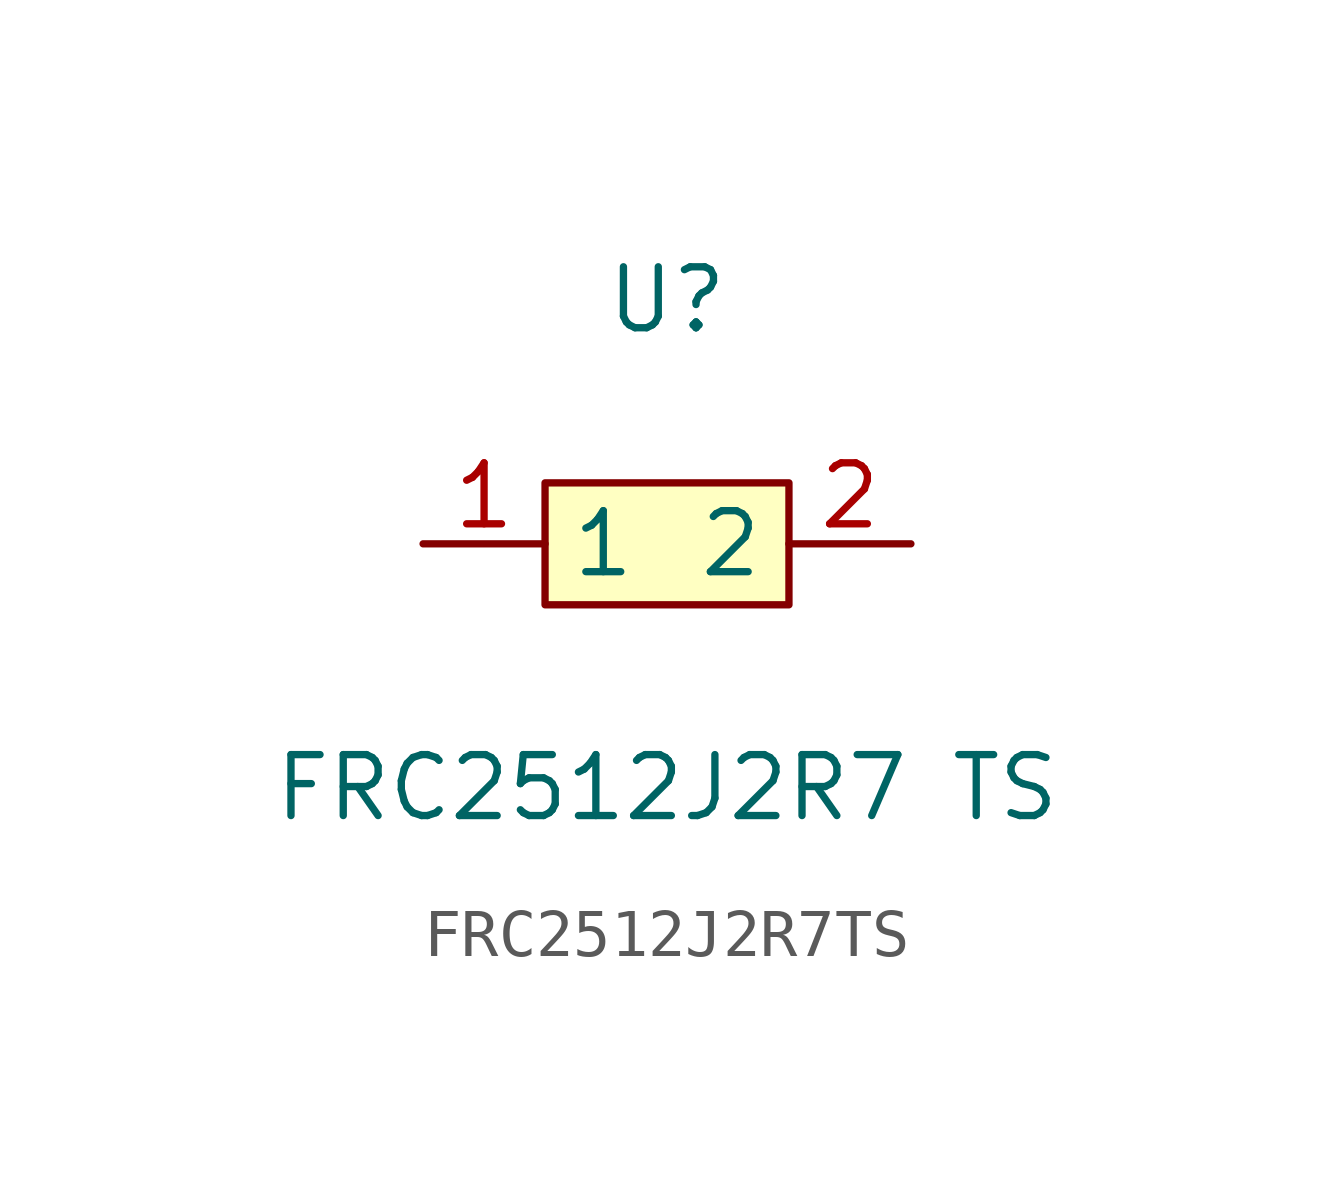
<source format=kicad_sym>
(kicad_symbol_lib
  (version 1)
  (generator "faebryk")
  (symbol "FRC2512J2R7TS"
    (property "Reference" "U"
      (at 0 5.08 0)
      (effects (font (size 1.27 1.27)) (hide no)))
    (property "Value" "FRC2512J2R7 TS"
      (at 0 -5.08 0)
      (effects (font (size 1.27 1.27)) (hide no)))
    (symbol "FRC2512J2R7TS_0_1"
      (rectangle (start -2.54 1.27) (end 2.54 -1.27) (stroke (width 0) (type default) (color 0 0 0 0)) (fill (type background)))
      (pin unspecified line (at 5.08 0 180) (length 2.54) (name "2" (effects (font (size 1.27 1.27)) (hide no))) (number "2" (effects (font (size 1.27 1.27)) (hide no))))
      (pin unspecified line (at -5.08 0 0) (length 2.54) (name "1" (effects (font (size 1.27 1.27)) (hide no))) (number "1" (effects (font (size 1.27 1.27)) (hide no)))))))
</source>
